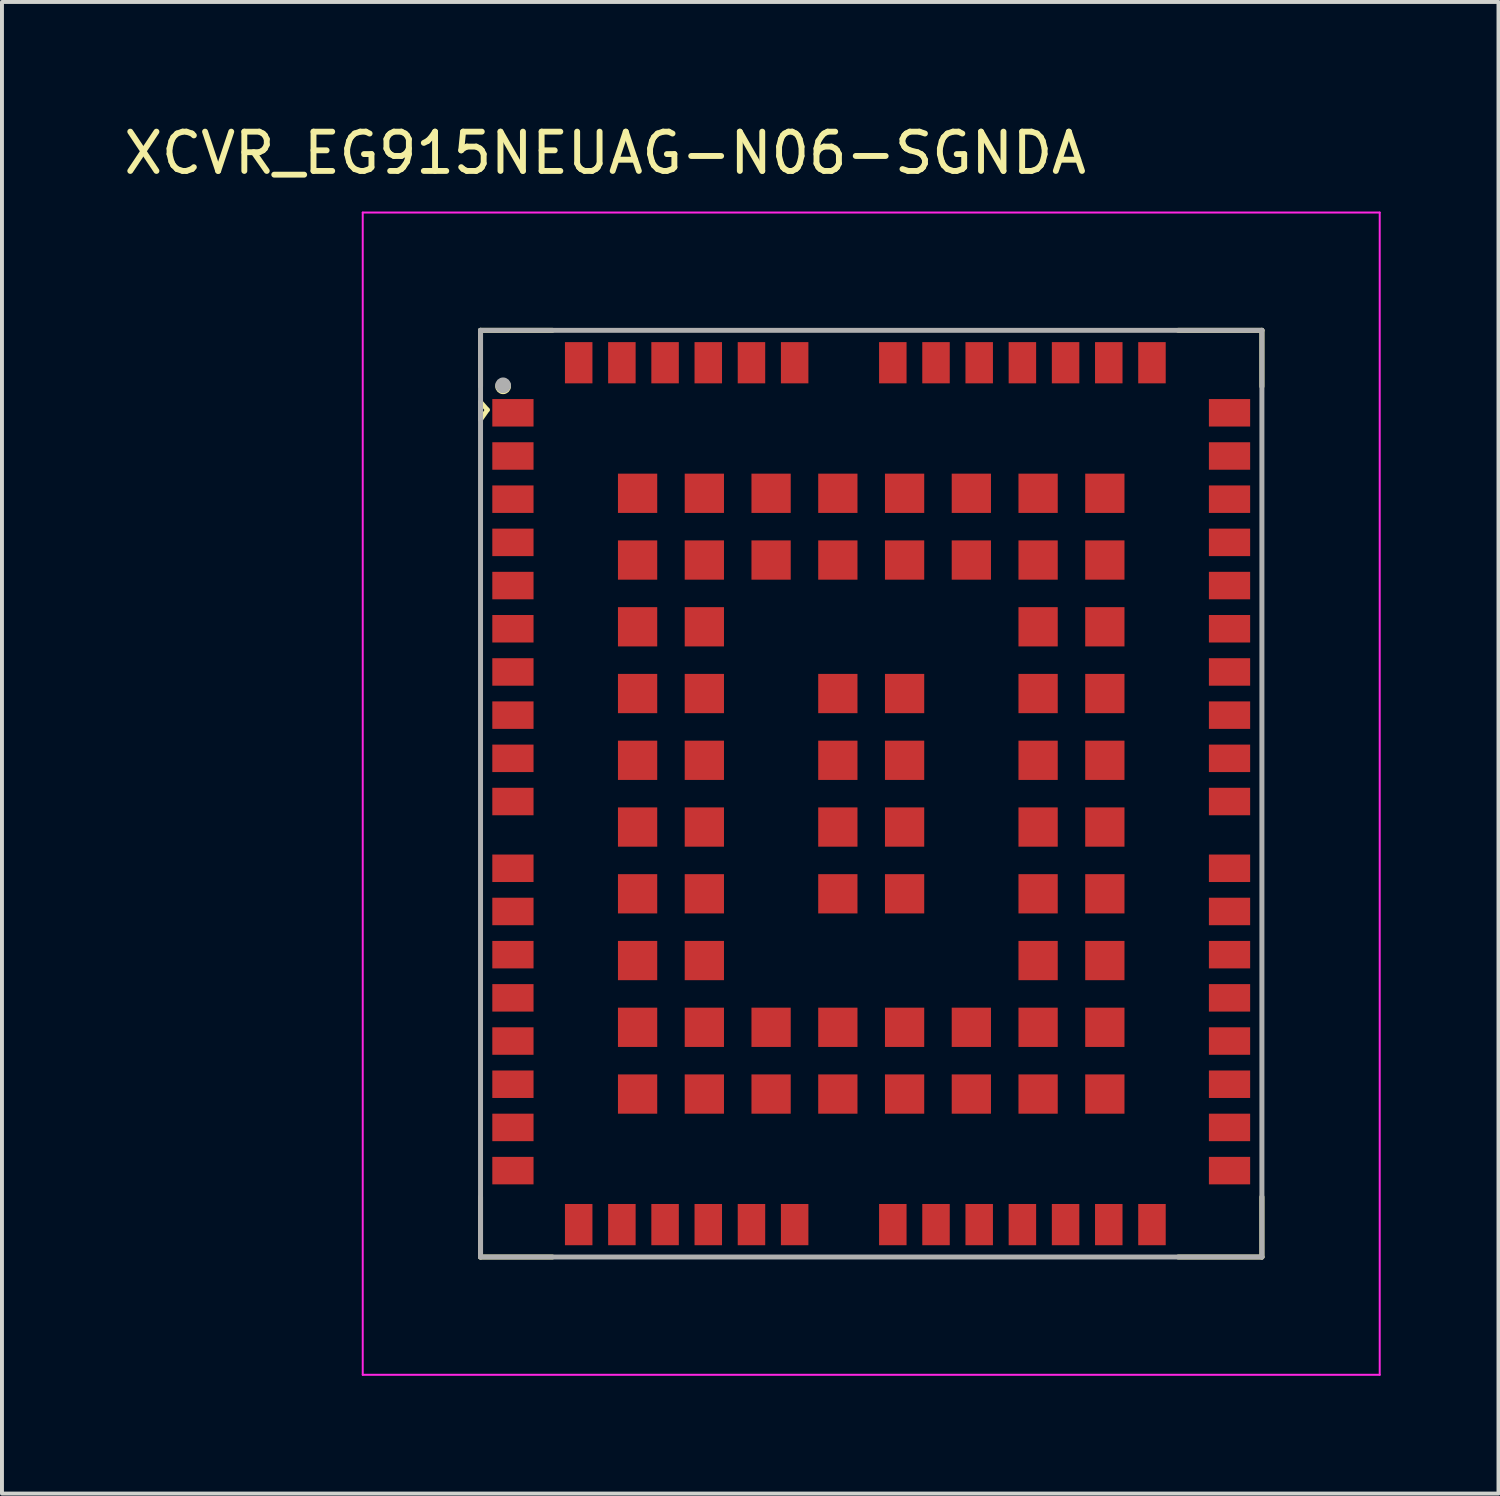
<source format=kicad_pcb>
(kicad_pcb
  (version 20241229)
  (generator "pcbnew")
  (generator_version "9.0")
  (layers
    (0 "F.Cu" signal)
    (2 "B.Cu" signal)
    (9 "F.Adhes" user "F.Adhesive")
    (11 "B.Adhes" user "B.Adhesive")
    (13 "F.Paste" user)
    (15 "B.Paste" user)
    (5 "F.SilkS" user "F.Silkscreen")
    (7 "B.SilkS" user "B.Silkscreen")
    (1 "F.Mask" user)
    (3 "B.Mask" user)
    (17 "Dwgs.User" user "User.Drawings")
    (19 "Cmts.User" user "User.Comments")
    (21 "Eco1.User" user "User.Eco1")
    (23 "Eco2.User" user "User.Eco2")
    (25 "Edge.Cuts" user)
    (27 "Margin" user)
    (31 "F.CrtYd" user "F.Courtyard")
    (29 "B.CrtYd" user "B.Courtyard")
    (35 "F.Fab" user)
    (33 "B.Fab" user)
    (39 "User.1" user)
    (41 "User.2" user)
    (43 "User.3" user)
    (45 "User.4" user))
  (footprint "XCVR_EG915NEUAG-N06-SGNDA"
    (layer "F.Cu")
    (at 19.138 17.163)
    (property "Reference" "XCVR_EG915NEUAG-N06-SGNDA" (at -6.775 -16.315 0) (layer "F.SilkS") (effects (font (size 1 1) (thickness 0.15))))
    (attr smd)
    (fp_line (start -9.95 -11.8) (end -8.12 -11.8) (stroke (width 0.127) (type solid)) (layer "F.SilkS"))
    (fp_line (start -9.95 -10.37) (end -9.95 -11.8) (stroke (width 0.127) (type solid)) (layer "F.SilkS"))
    (fp_line (start -9.95 -9.975) (end -9.775 -9.775) (stroke (width 0.12) (type default)) (layer "F.SilkS"))
    (fp_line (start -9.95 -9.525) (end -9.95 -9.975) (stroke (width 0.12) (type default)) (layer "F.SilkS"))
    (fp_line (start -9.95 11.8) (end -9.95 10.27) (stroke (width 0.127) (type solid)) (layer "F.SilkS"))
    (fp_line (start -9.775 -9.775) (end -9.95 -9.525) (stroke (width 0.12) (type default)) (layer "F.SilkS"))
    (fp_line (start -8.12 11.8) (end -9.95 11.8) (stroke (width 0.127) (type solid)) (layer "F.SilkS"))
    (fp_line (start 7.82 -11.8) (end 9.95 -11.8) (stroke (width 0.127) (type solid)) (layer "F.SilkS"))
    (fp_line (start 9.95 -11.8) (end 9.95 -10.37) (stroke (width 0.127) (type solid)) (layer "F.SilkS"))
    (fp_line (start 9.95 11.8) (end 7.82 11.8) (stroke (width 0.127) (type solid)) (layer "F.SilkS"))
    (fp_line (start 9.95 11.8) (end 9.95 10.27) (stroke (width 0.127) (type solid)) (layer "F.SilkS"))
    (fp_circle (center -9.375 -10.375) (end -9.275 -10.375) (stroke (width 0.2) (type solid)) (fill no) (layer "F.SilkS"))
    (fp_line (start -12.95 -14.8) (end 12.95 -14.8) (stroke (width 0.05) (type solid)) (layer "F.CrtYd"))
    (fp_line (start -12.95 14.8) (end -12.95 -14.8) (stroke (width 0.05) (type solid)) (layer "F.CrtYd"))
    (fp_line (start 12.95 -14.8) (end 12.95 14.8) (stroke (width 0.05) (type solid)) (layer "F.CrtYd"))
    (fp_line (start 12.95 14.8) (end -12.95 14.8) (stroke (width 0.05) (type solid)) (layer "F.CrtYd"))
    (fp_line (start -9.95 -11.8) (end 9.95 -11.8) (stroke (width 0.127) (type solid)) (layer "F.Fab"))
    (fp_line (start -9.95 11.8) (end -9.95 -11.8) (stroke (width 0.127) (type solid)) (layer "F.Fab"))
    (fp_line (start 9.95 -11.8) (end 9.95 11.8) (stroke (width 0.127) (type solid)) (layer "F.Fab"))
    (fp_line (start 9.95 11.8) (end -9.95 11.8) (stroke (width 0.127) (type solid)) (layer "F.Fab"))
    (fp_circle (center -9.375 -10.4) (end -9.275 -10.4) (stroke (width 0.2) (type solid)) (fill no) (layer "F.Fab"))
    (pad "1" smd rect (at -9.125 -9.7) (size 1.05 0.7) (layers "F.Cu" "F.Mask" "F.Paste"))
    (pad "2" smd rect (at -9.125 -8.6) (size 1.05 0.7) (layers "F.Cu" "F.Mask" "F.Paste"))
    (pad "3" smd rect (at -9.125 -7.5) (size 1.05 0.7) (layers "F.Cu" "F.Mask" "F.Paste"))
    (pad "4" smd rect (at -9.125 -6.4) (size 1.05 0.7) (layers "F.Cu" "F.Mask" "F.Paste"))
    (pad "5" smd rect (at -9.125 -5.3) (size 1.05 0.7) (layers "F.Cu" "F.Mask" "F.Paste"))
    (pad "6" smd rect (at -9.125 -4.2) (size 1.05 0.7) (layers "F.Cu" "F.Mask" "F.Paste"))
    (pad "7" smd rect (at -9.125 -3.1) (size 1.05 0.7) (layers "F.Cu" "F.Mask" "F.Paste"))
    (pad "8" smd rect (at -9.125 -2) (size 1.05 0.7) (layers "F.Cu" "F.Mask" "F.Paste"))
    (pad "9" smd rect (at -9.125 -0.9) (size 1.05 0.7) (layers "F.Cu" "F.Mask" "F.Paste"))
    (pad "10" smd rect (at -9.125 0.2) (size 1.05 0.7) (layers "F.Cu" "F.Mask" "F.Paste"))
    (pad "11" smd rect (at -9.125 1.9) (size 1.05 0.7) (layers "F.Cu" "F.Mask" "F.Paste"))
    (pad "12" smd rect (at -9.125 3) (size 1.05 0.7) (layers "F.Cu" "F.Mask" "F.Paste"))
    (pad "13" smd rect (at -9.125 4.1) (size 1.05 0.7) (layers "F.Cu" "F.Mask" "F.Paste"))
    (pad "14" smd rect (at -9.125 5.2) (size 1.05 0.7) (layers "F.Cu" "F.Mask" "F.Paste"))
    (pad "15" smd rect (at -9.125 6.3) (size 1.05 0.7) (layers "F.Cu" "F.Mask" "F.Paste"))
    (pad "16" smd rect (at -9.125 7.4) (size 1.05 0.7) (layers "F.Cu" "F.Mask" "F.Paste"))
    (pad "17" smd rect (at -9.125 8.5) (size 1.05 0.7) (layers "F.Cu" "F.Mask" "F.Paste"))
    (pad "18" smd rect (at -9.125 9.6) (size 1.05 0.7) (layers "F.Cu" "F.Mask" "F.Paste"))
    (pad "19" smd rect (at -7.45 10.975) (size 0.7 1.05) (layers "F.Cu" "F.Mask" "F.Paste"))
    (pad "20" smd rect (at -6.35 10.975) (size 0.7 1.05) (layers "F.Cu" "F.Mask" "F.Paste"))
    (pad "21" smd rect (at -5.25 10.975) (size 0.7 1.05) (layers "F.Cu" "F.Mask" "F.Paste"))
    (pad "22" smd rect (at -4.15 10.975) (size 0.7 1.05) (layers "F.Cu" "F.Mask" "F.Paste"))
    (pad "23" smd rect (at -3.05 10.975) (size 0.7 1.05) (layers "F.Cu" "F.Mask" "F.Paste"))
    (pad "24" smd rect (at -1.95 10.975) (size 0.7 1.05) (layers "F.Cu" "F.Mask" "F.Paste"))
    (pad "25" smd rect (at 0.55 10.975) (size 0.7 1.05) (layers "F.Cu" "F.Mask" "F.Paste"))
    (pad "26" smd rect (at 1.65 10.975) (size 0.7 1.05) (layers "F.Cu" "F.Mask" "F.Paste"))
    (pad "27" smd rect (at 2.75 10.975) (size 0.7 1.05) (layers "F.Cu" "F.Mask" "F.Paste"))
    (pad "28" smd rect (at 3.85 10.975) (size 0.7 1.05) (layers "F.Cu" "F.Mask" "F.Paste"))
    (pad "29" smd rect (at 4.95 10.975) (size 0.7 1.05) (layers "F.Cu" "F.Mask" "F.Paste"))
    (pad "30" smd rect (at 6.05 10.975) (size 0.7 1.05) (layers "F.Cu" "F.Mask" "F.Paste"))
    (pad "31" smd rect (at 7.15 10.975) (size 0.7 1.05) (layers "F.Cu" "F.Mask" "F.Paste"))
    (pad "32" smd rect (at 9.125 9.6) (size 1.05 0.7) (layers "F.Cu" "F.Mask" "F.Paste"))
    (pad "33" smd rect (at 9.125 8.5) (size 1.05 0.7) (layers "F.Cu" "F.Mask" "F.Paste"))
    (pad "34" smd rect (at 9.125 7.4) (size 1.05 0.7) (layers "F.Cu" "F.Mask" "F.Paste"))
    (pad "35" smd rect (at 9.125 6.3) (size 1.05 0.7) (layers "F.Cu" "F.Mask" "F.Paste"))
    (pad "36" smd rect (at 9.125 5.2) (size 1.05 0.7) (layers "F.Cu" "F.Mask" "F.Paste"))
    (pad "37" smd rect (at 9.125 4.1) (size 1.05 0.7) (layers "F.Cu" "F.Mask" "F.Paste"))
    (pad "38" smd rect (at 9.125 3) (size 1.05 0.7) (layers "F.Cu" "F.Mask" "F.Paste"))
    (pad "39" smd rect (at 9.125 1.9) (size 1.05 0.7) (layers "F.Cu" "F.Mask" "F.Paste"))
    (pad "40" smd rect (at 9.125 0.2) (size 1.05 0.7) (layers "F.Cu" "F.Mask" "F.Paste"))
    (pad "41" smd rect (at 9.125 -0.9) (size 1.05 0.7) (layers "F.Cu" "F.Mask" "F.Paste"))
    (pad "42" smd rect (at 9.125 -2) (size 1.05 0.7) (layers "F.Cu" "F.Mask" "F.Paste"))
    (pad "43" smd rect (at 9.125 -3.1) (size 1.05 0.7) (layers "F.Cu" "F.Mask" "F.Paste"))
    (pad "44" smd rect (at 9.125 -4.2) (size 1.05 0.7) (layers "F.Cu" "F.Mask" "F.Paste"))
    (pad "45" smd rect (at 9.125 -5.3) (size 1.05 0.7) (layers "F.Cu" "F.Mask" "F.Paste"))
    (pad "46" smd rect (at 9.125 -6.4) (size 1.05 0.7) (layers "F.Cu" "F.Mask" "F.Paste"))
    (pad "47" smd rect (at 9.125 -7.5) (size 1.05 0.7) (layers "F.Cu" "F.Mask" "F.Paste"))
    (pad "48" smd rect (at 9.125 -8.6) (size 1.05 0.7) (layers "F.Cu" "F.Mask" "F.Paste"))
    (pad "49" smd rect (at 9.125 -9.7) (size 1.05 0.7) (layers "F.Cu" "F.Mask" "F.Paste"))
    (pad "50" smd rect (at 7.15 -10.975) (size 0.7 1.05) (layers "F.Cu" "F.Mask" "F.Paste"))
    (pad "51" smd rect (at 6.05 -10.975) (size 0.7 1.05) (layers "F.Cu" "F.Mask" "F.Paste"))
    (pad "52" smd rect (at 4.95 -10.975) (size 0.7 1.05) (layers "F.Cu" "F.Mask" "F.Paste"))
    (pad "53" smd rect (at 3.85 -10.975) (size 0.7 1.05) (layers "F.Cu" "F.Mask" "F.Paste"))
    (pad "54" smd rect (at 2.75 -10.975) (size 0.7 1.05) (layers "F.Cu" "F.Mask" "F.Paste"))
    (pad "55" smd rect (at 1.65 -10.975) (size 0.7 1.05) (layers "F.Cu" "F.Mask" "F.Paste"))
    (pad "56" smd rect (at 0.55 -10.975) (size 0.7 1.05) (layers "F.Cu" "F.Mask" "F.Paste"))
    (pad "57" smd rect (at -1.95 -10.975) (size 0.7 1.05) (layers "F.Cu" "F.Mask" "F.Paste"))
    (pad "58" smd rect (at -3.05 -10.975) (size 0.7 1.05) (layers "F.Cu" "F.Mask" "F.Paste"))
    (pad "59" smd rect (at -4.15 -10.975) (size 0.7 1.05) (layers "F.Cu" "F.Mask" "F.Paste"))
    (pad "60" smd rect (at -5.25 -10.975) (size 0.7 1.05) (layers "F.Cu" "F.Mask" "F.Paste"))
    (pad "61" smd rect (at -6.35 -10.975) (size 0.7 1.05) (layers "F.Cu" "F.Mask" "F.Paste"))
    (pad "62" smd rect (at -7.45 -10.975) (size 0.7 1.05) (layers "F.Cu" "F.Mask" "F.Paste"))
    (pad "63" smd rect (at -5.95 -4.25) (size 1 1) (layers "F.Cu" "F.Mask" "F.Paste"))
    (pad "64" smd rect (at -5.95 -2.55) (size 1 1) (layers "F.Cu" "F.Mask" "F.Paste"))
    (pad "65" smd rect (at -5.95 -0.85) (size 1 1) (layers "F.Cu" "F.Mask" "F.Paste"))
    (pad "66" smd rect (at -5.95 0.85) (size 1 1) (layers "F.Cu" "F.Mask" "F.Paste"))
    (pad "67" smd rect (at -5.95 2.55) (size 1 1) (layers "F.Cu" "F.Mask" "F.Paste"))
    (pad "68" smd rect (at -5.95 4.25) (size 1 1) (layers "F.Cu" "F.Mask" "F.Paste"))
    (pad "69" smd rect (at -2.55 7.65) (size 1 1) (layers "F.Cu" "F.Mask" "F.Paste"))
    (pad "70" smd rect (at -0.85 7.65) (size 1 1) (layers "F.Cu" "F.Mask" "F.Paste"))
    (pad "71" smd rect (at 0.85 7.65) (size 1 1) (layers "F.Cu" "F.Mask" "F.Paste"))
    (pad "72" smd rect (at 2.55 7.65) (size 1 1) (layers "F.Cu" "F.Mask" "F.Paste"))
    (pad "73" smd rect (at 5.95 4.25) (size 1 1) (layers "F.Cu" "F.Mask" "F.Paste"))
    (pad "74" smd rect (at 5.95 2.55) (size 1 1) (layers "F.Cu" "F.Mask" "F.Paste"))
    (pad "75" smd rect (at 5.95 0.85) (size 1 1) (layers "F.Cu" "F.Mask" "F.Paste"))
    (pad "76" smd rect (at 5.95 -0.85) (size 1 1) (layers "F.Cu" "F.Mask" "F.Paste"))
    (pad "77" smd rect (at 5.95 -2.55) (size 1 1) (layers "F.Cu" "F.Mask" "F.Paste"))
    (pad "78" smd rect (at 5.95 -4.25) (size 1 1) (layers "F.Cu" "F.Mask" "F.Paste"))
    (pad "79" smd rect (at 2.55 -7.65) (size 1 1) (layers "F.Cu" "F.Mask" "F.Paste"))
    (pad "80" smd rect (at 0.85 -7.65) (size 1 1) (layers "F.Cu" "F.Mask" "F.Paste"))
    (pad "81" smd rect (at -0.85 -7.65) (size 1 1) (layers "F.Cu" "F.Mask" "F.Paste"))
    (pad "82" smd rect (at -2.55 -7.65) (size 1 1) (layers "F.Cu" "F.Mask" "F.Paste"))
    (pad "83" smd rect (at -4.25 -4.25) (size 1 1) (layers "F.Cu" "F.Mask" "F.Paste"))
    (pad "84" smd rect (at -4.25 -2.55) (size 1 1) (layers "F.Cu" "F.Mask" "F.Paste"))
    (pad "85" smd rect (at -4.25 -0.85) (size 1 1) (layers "F.Cu" "F.Mask" "F.Paste"))
    (pad "86" smd rect (at -4.25 0.85) (size 1 1) (layers "F.Cu" "F.Mask" "F.Paste"))
    (pad "87" smd rect (at -4.25 2.55) (size 1 1) (layers "F.Cu" "F.Mask" "F.Paste"))
    (pad "88" smd rect (at -4.25 4.25) (size 1 1) (layers "F.Cu" "F.Mask" "F.Paste"))
    (pad "89" smd rect (at -2.55 5.95) (size 1 1) (layers "F.Cu" "F.Mask" "F.Paste"))
    (pad "90" smd rect (at -0.85 5.95) (size 1 1) (layers "F.Cu" "F.Mask" "F.Paste"))
    (pad "91" smd rect (at 0.85 5.95) (size 1 1) (layers "F.Cu" "F.Mask" "F.Paste"))
    (pad "92" smd rect (at 2.55 5.95) (size 1 1) (layers "F.Cu" "F.Mask" "F.Paste"))
    (pad "93" smd rect (at 4.25 4.25) (size 1 1) (layers "F.Cu" "F.Mask" "F.Paste"))
    (pad "94" smd rect (at 4.25 2.55) (size 1 1) (layers "F.Cu" "F.Mask" "F.Paste"))
    (pad "95" smd rect (at 4.25 0.85) (size 1 1) (layers "F.Cu" "F.Mask" "F.Paste"))
    (pad "96" smd rect (at 4.25 -0.85) (size 1 1) (layers "F.Cu" "F.Mask" "F.Paste"))
    (pad "97" smd rect (at 4.25 -2.55) (size 1 1) (layers "F.Cu" "F.Mask" "F.Paste"))
    (pad "98" smd rect (at 4.25 -4.25) (size 1 1) (layers "F.Cu" "F.Mask" "F.Paste"))
    (pad "99" smd rect (at 2.55 -5.95) (size 1 1) (layers "F.Cu" "F.Mask" "F.Paste"))
    (pad "100" smd rect (at 0.85 -5.95) (size 1 1) (layers "F.Cu" "F.Mask" "F.Paste"))
    (pad "101" smd rect (at -0.85 -5.95) (size 1 1) (layers "F.Cu" "F.Mask" "F.Paste"))
    (pad "102" smd rect (at -2.55 -5.95) (size 1 1) (layers "F.Cu" "F.Mask" "F.Paste"))
    (pad "103" smd rect (at -5.95 -7.65) (size 1 1) (layers "F.Cu" "F.Mask" "F.Paste"))
    (pad "104" smd rect (at -5.95 -5.95) (size 1 1) (layers "F.Cu" "F.Mask" "F.Paste"))
    (pad "105" smd rect (at -5.95 5.95) (size 1 1) (layers "F.Cu" "F.Mask" "F.Paste"))
    (pad "106" smd rect (at -5.95 7.65) (size 1 1) (layers "F.Cu" "F.Mask" "F.Paste"))
    (pad "107" smd rect (at -4.25 7.65) (size 1 1) (layers "F.Cu" "F.Mask" "F.Paste"))
    (pad "108" smd rect (at 4.25 7.65) (size 1 1) (layers "F.Cu" "F.Mask" "F.Paste"))
    (pad "109" smd rect (at 5.95 7.65) (size 1 1) (layers "F.Cu" "F.Mask" "F.Paste"))
    (pad "110" smd rect (at 5.95 5.95) (size 1 1) (layers "F.Cu" "F.Mask" "F.Paste"))
    (pad "111" smd rect (at 5.95 -5.95) (size 1 1) (layers "F.Cu" "F.Mask" "F.Paste"))
    (pad "112" smd rect (at 5.95 -7.65) (size 1 1) (layers "F.Cu" "F.Mask" "F.Paste"))
    (pad "113" smd rect (at 4.25 -7.65) (size 1 1) (layers "F.Cu" "F.Mask" "F.Paste"))
    (pad "114" smd rect (at -4.25 -7.65) (size 1 1) (layers "F.Cu" "F.Mask" "F.Paste"))
    (pad "115" smd rect (at -4.25 -5.95) (size 1 1) (layers "F.Cu" "F.Mask" "F.Paste"))
    (pad "116" smd rect (at -4.25 5.95) (size 1 1) (layers "F.Cu" "F.Mask" "F.Paste"))
    (pad "117" smd rect (at 4.25 5.95) (size 1 1) (layers "F.Cu" "F.Mask" "F.Paste"))
    (pad "118" smd rect (at 4.25 -5.95) (size 1 1) (layers "F.Cu" "F.Mask" "F.Paste"))
    (pad "119" smd rect (at -0.85 -2.55) (size 1 1) (layers "F.Cu" "F.Mask" "F.Paste"))
    (pad "120" smd rect (at -0.85 -0.85) (size 1 1) (layers "F.Cu" "F.Mask" "F.Paste"))
    (pad "121" smd rect (at -0.85 0.85) (size 1 1) (layers "F.Cu" "F.Mask" "F.Paste"))
    (pad "122" smd rect (at -0.85 2.55) (size 1 1) (layers "F.Cu" "F.Mask" "F.Paste"))
    (pad "123" smd rect (at 0.85 2.55) (size 1 1) (layers "F.Cu" "F.Mask" "F.Paste"))
    (pad "124" smd rect (at 0.85 0.85) (size 1 1) (layers "F.Cu" "F.Mask" "F.Paste"))
    (pad "125" smd rect (at 0.85 -0.85) (size 1 1) (layers "F.Cu" "F.Mask" "F.Paste"))
    (pad "126" smd rect (at 0.85 -2.55) (size 1 1) (layers "F.Cu" "F.Mask" "F.Paste")))
  (gr_rect
    (start -3 -3)
    (end 35.113 34.988)
    (stroke (width 0.1) (type default))
    (fill no)
    (layer "Edge.Cuts")))
</source>
